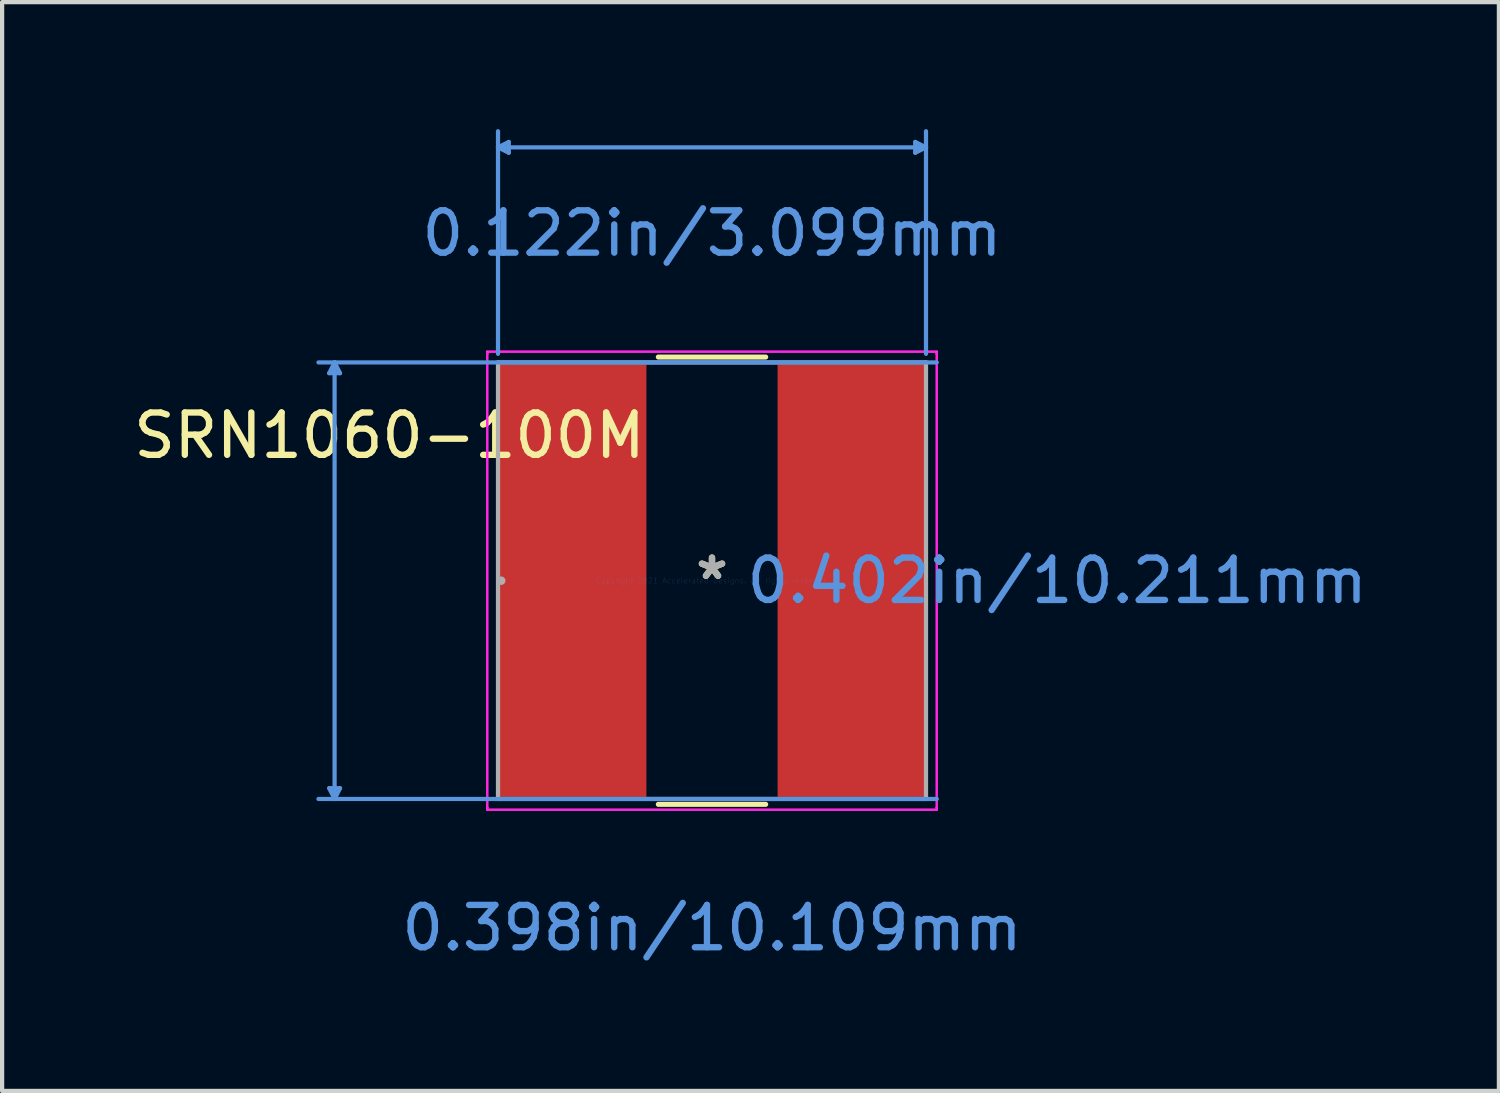
<source format=kicad_pcb>
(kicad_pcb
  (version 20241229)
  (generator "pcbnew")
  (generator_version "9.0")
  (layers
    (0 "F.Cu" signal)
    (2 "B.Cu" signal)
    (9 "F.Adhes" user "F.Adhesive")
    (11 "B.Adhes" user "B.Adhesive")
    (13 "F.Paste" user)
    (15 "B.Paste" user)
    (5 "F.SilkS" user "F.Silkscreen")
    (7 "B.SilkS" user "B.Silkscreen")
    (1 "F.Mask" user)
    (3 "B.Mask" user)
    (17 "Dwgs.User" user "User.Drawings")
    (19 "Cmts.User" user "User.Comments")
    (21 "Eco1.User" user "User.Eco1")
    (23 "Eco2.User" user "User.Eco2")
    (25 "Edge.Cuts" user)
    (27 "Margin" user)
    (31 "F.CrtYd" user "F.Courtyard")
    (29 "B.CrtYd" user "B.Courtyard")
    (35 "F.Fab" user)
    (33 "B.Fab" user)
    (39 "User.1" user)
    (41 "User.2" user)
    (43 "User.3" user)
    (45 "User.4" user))
  (footprint "SRN1060-100M"
    (layer "F.Cu")
    (at 13.769 10.667)
    (property "Reference" "SRN1060-100M" (at -7.62 -3.428 0) (layer "F.SilkS") (effects (font (size 1 1) (thickness 0.15))))
    (attr through_hole)
    (fp_line (start -1.268 5.283) (end 1.268 5.283) (stroke (width 0.12) (type solid)) (layer "F.SilkS"))
    (fp_line (start 1.268 -5.283) (end -1.268 -5.283) (stroke (width 0.12) (type solid)) (layer "F.SilkS"))
    (fp_line (start -9.042 -4.902) (end -8.788 -4.902) (stroke (width 0.1) (type solid)) (layer "Cmts.User"))
    (fp_line (start -9.042 4.902) (end -8.788 4.902) (stroke (width 0.1) (type solid)) (layer "Cmts.User"))
    (fp_line (start -8.915 -5.156) (end -9.042 -4.902) (stroke (width 0.1) (type solid)) (layer "Cmts.User"))
    (fp_line (start -8.915 -5.156) (end -8.915 5.156) (stroke (width 0.1) (type solid)) (layer "Cmts.User"))
    (fp_line (start -8.915 -5.156) (end -8.788 -4.902) (stroke (width 0.1) (type solid)) (layer "Cmts.User"))
    (fp_line (start -8.915 5.156) (end -9.042 4.902) (stroke (width 0.1) (type solid)) (layer "Cmts.User"))
    (fp_line (start -8.915 5.156) (end -8.788 4.902) (stroke (width 0.1) (type solid)) (layer "Cmts.User"))
    (fp_line (start -5.055 -10.236) (end -4.801 -10.363) (stroke (width 0.1) (type solid)) (layer "Cmts.User"))
    (fp_line (start -5.055 -10.236) (end -4.801 -10.109) (stroke (width 0.1) (type solid)) (layer "Cmts.User"))
    (fp_line (start -5.055 -10.236) (end 5.055 -10.236) (stroke (width 0.1) (type solid)) (layer "Cmts.User"))
    (fp_line (start -5.055 -5.359) (end -5.055 -10.617) (stroke (width 0.1) (type solid)) (layer "Cmts.User"))
    (fp_line (start -4.801 -10.363) (end -4.801 -10.109) (stroke (width 0.1) (type solid)) (layer "Cmts.User"))
    (fp_line (start 4.801 -10.363) (end 4.801 -10.109) (stroke (width 0.1) (type solid)) (layer "Cmts.User"))
    (fp_line (start 5.055 -10.236) (end 4.801 -10.363) (stroke (width 0.1) (type solid)) (layer "Cmts.User"))
    (fp_line (start 5.055 -10.236) (end 4.801 -10.109) (stroke (width 0.1) (type solid)) (layer "Cmts.User"))
    (fp_line (start 5.055 -5.359) (end 5.055 -10.617) (stroke (width 0.1) (type solid)) (layer "Cmts.User"))
    (fp_line (start 5.309 -5.156) (end -9.296 -5.156) (stroke (width 0.1) (type solid)) (layer "Cmts.User"))
    (fp_line (start 5.309 5.156) (end -9.296 5.156) (stroke (width 0.1) (type solid)) (layer "Cmts.User"))
    (fp_line (start -5.309 -5.41) (end 5.309 -5.41) (stroke (width 0.05) (type solid)) (layer "F.CrtYd"))
    (fp_line (start -5.309 -5.41) (end 5.309 -5.41) (stroke (width 0.05) (type solid)) (layer "F.CrtYd"))
    (fp_line (start -5.309 -5.359) (end -5.309 -5.41) (stroke (width 0.05) (type solid)) (layer "F.CrtYd"))
    (fp_line (start -5.309 -5.359) (end -5.309 -5.41) (stroke (width 0.05) (type solid)) (layer "F.CrtYd"))
    (fp_line (start -5.309 -5.359) (end -5.309 -5.359) (stroke (width 0.05) (type solid)) (layer "F.CrtYd"))
    (fp_line (start -5.309 -5.359) (end -5.309 -5.359) (stroke (width 0.05) (type solid)) (layer "F.CrtYd"))
    (fp_line (start -5.309 5.359) (end -5.309 -5.359) (stroke (width 0.05) (type solid)) (layer "F.CrtYd"))
    (fp_line (start -5.309 5.359) (end -5.309 -5.359) (stroke (width 0.05) (type solid)) (layer "F.CrtYd"))
    (fp_line (start -5.309 5.359) (end -5.309 5.359) (stroke (width 0.05) (type solid)) (layer "F.CrtYd"))
    (fp_line (start -5.309 5.359) (end -5.309 5.359) (stroke (width 0.05) (type solid)) (layer "F.CrtYd"))
    (fp_line (start -5.309 5.41) (end -5.309 5.359) (stroke (width 0.05) (type solid)) (layer "F.CrtYd"))
    (fp_line (start -5.309 5.41) (end -5.309 5.359) (stroke (width 0.05) (type solid)) (layer "F.CrtYd"))
    (fp_line (start 5.309 -5.41) (end 5.309 -5.359) (stroke (width 0.05) (type solid)) (layer "F.CrtYd"))
    (fp_line (start 5.309 -5.41) (end 5.309 -5.359) (stroke (width 0.05) (type solid)) (layer "F.CrtYd"))
    (fp_line (start 5.309 -5.359) (end 5.309 -5.359) (stroke (width 0.05) (type solid)) (layer "F.CrtYd"))
    (fp_line (start 5.309 -5.359) (end 5.309 -5.359) (stroke (width 0.05) (type solid)) (layer "F.CrtYd"))
    (fp_line (start 5.309 -5.359) (end 5.309 5.359) (stroke (width 0.05) (type solid)) (layer "F.CrtYd"))
    (fp_line (start 5.309 -5.359) (end 5.309 5.359) (stroke (width 0.05) (type solid)) (layer "F.CrtYd"))
    (fp_line (start 5.309 5.359) (end 5.309 5.359) (stroke (width 0.05) (type solid)) (layer "F.CrtYd"))
    (fp_line (start 5.309 5.359) (end 5.309 5.359) (stroke (width 0.05) (type solid)) (layer "F.CrtYd"))
    (fp_line (start 5.309 5.359) (end 5.309 5.41) (stroke (width 0.05) (type solid)) (layer "F.CrtYd"))
    (fp_line (start 5.309 5.359) (end 5.309 5.41) (stroke (width 0.05) (type solid)) (layer "F.CrtYd"))
    (fp_line (start 5.309 5.41) (end -5.309 5.41) (stroke (width 0.05) (type solid)) (layer "F.CrtYd"))
    (fp_line (start 5.309 5.41) (end -5.309 5.41) (stroke (width 0.05) (type solid)) (layer "F.CrtYd"))
    (fp_line (start -5.055 -5.156) (end -5.055 5.156) (stroke (width 0.1) (type solid)) (layer "F.Fab"))
    (fp_line (start -5.055 5.156) (end 5.055 5.156) (stroke (width 0.1) (type solid)) (layer "F.Fab"))
    (fp_line (start 5.055 -5.156) (end -5.055 -5.156) (stroke (width 0.1) (type solid)) (layer "F.Fab"))
    (fp_line (start 5.055 5.156) (end 5.055 -5.156) (stroke (width 0.1) (type solid)) (layer "F.Fab"))
    (fp_circle (center -4.978 0) (end -4.978 0) (stroke (width 0.1) (type solid)) (fill no) (layer "F.Fab"))
    (fp_text user "*" (at 0 0 0) (layer "F.SilkS") (effects (font (size 1 1) (thickness 0.15))))
    (fp_text user "0.402in/10.211mm" (at 8.153 0 0) (layer "Cmts.User") (effects (font (size 1 1) (thickness 0.15))))
    (fp_text user "0.398in/10.109mm" (at 0 8.204 0) (layer "Cmts.User") (effects (font (size 1 1) (thickness 0.15))))
    (fp_text user "0.122in/3.099mm" (at 0 -8.204 0) (layer "Cmts.User") (effects (font (size 1 1) (thickness 0.15))))
    (fp_text user "Copyright 2021 Accelerated Designs. All rights reserved." (at 0 0 0) (layer "Cmts.User") (effects (font (size 0.127 0.127) (thickness 0.002))))
    (fp_text user "*" (at 0 0 0) (layer "F.Fab") (effects (font (size 1 1) (thickness 0.15))))
    (pad "1" smd rect (at -3.302 0) (size 3.505 10.211) (layers "F.Cu" "F.Mask" "F.Paste"))
    (pad "2" smd rect (at 3.302 0) (size 3.505 10.211) (layers "F.Cu" "F.Mask" "F.Paste")))
  (gr_rect
    (start -3 -3)
    (end 32.357 22.72)
    (stroke (width 0.1) (type default))
    (fill no)
    (layer "Edge.Cuts")))
</source>
